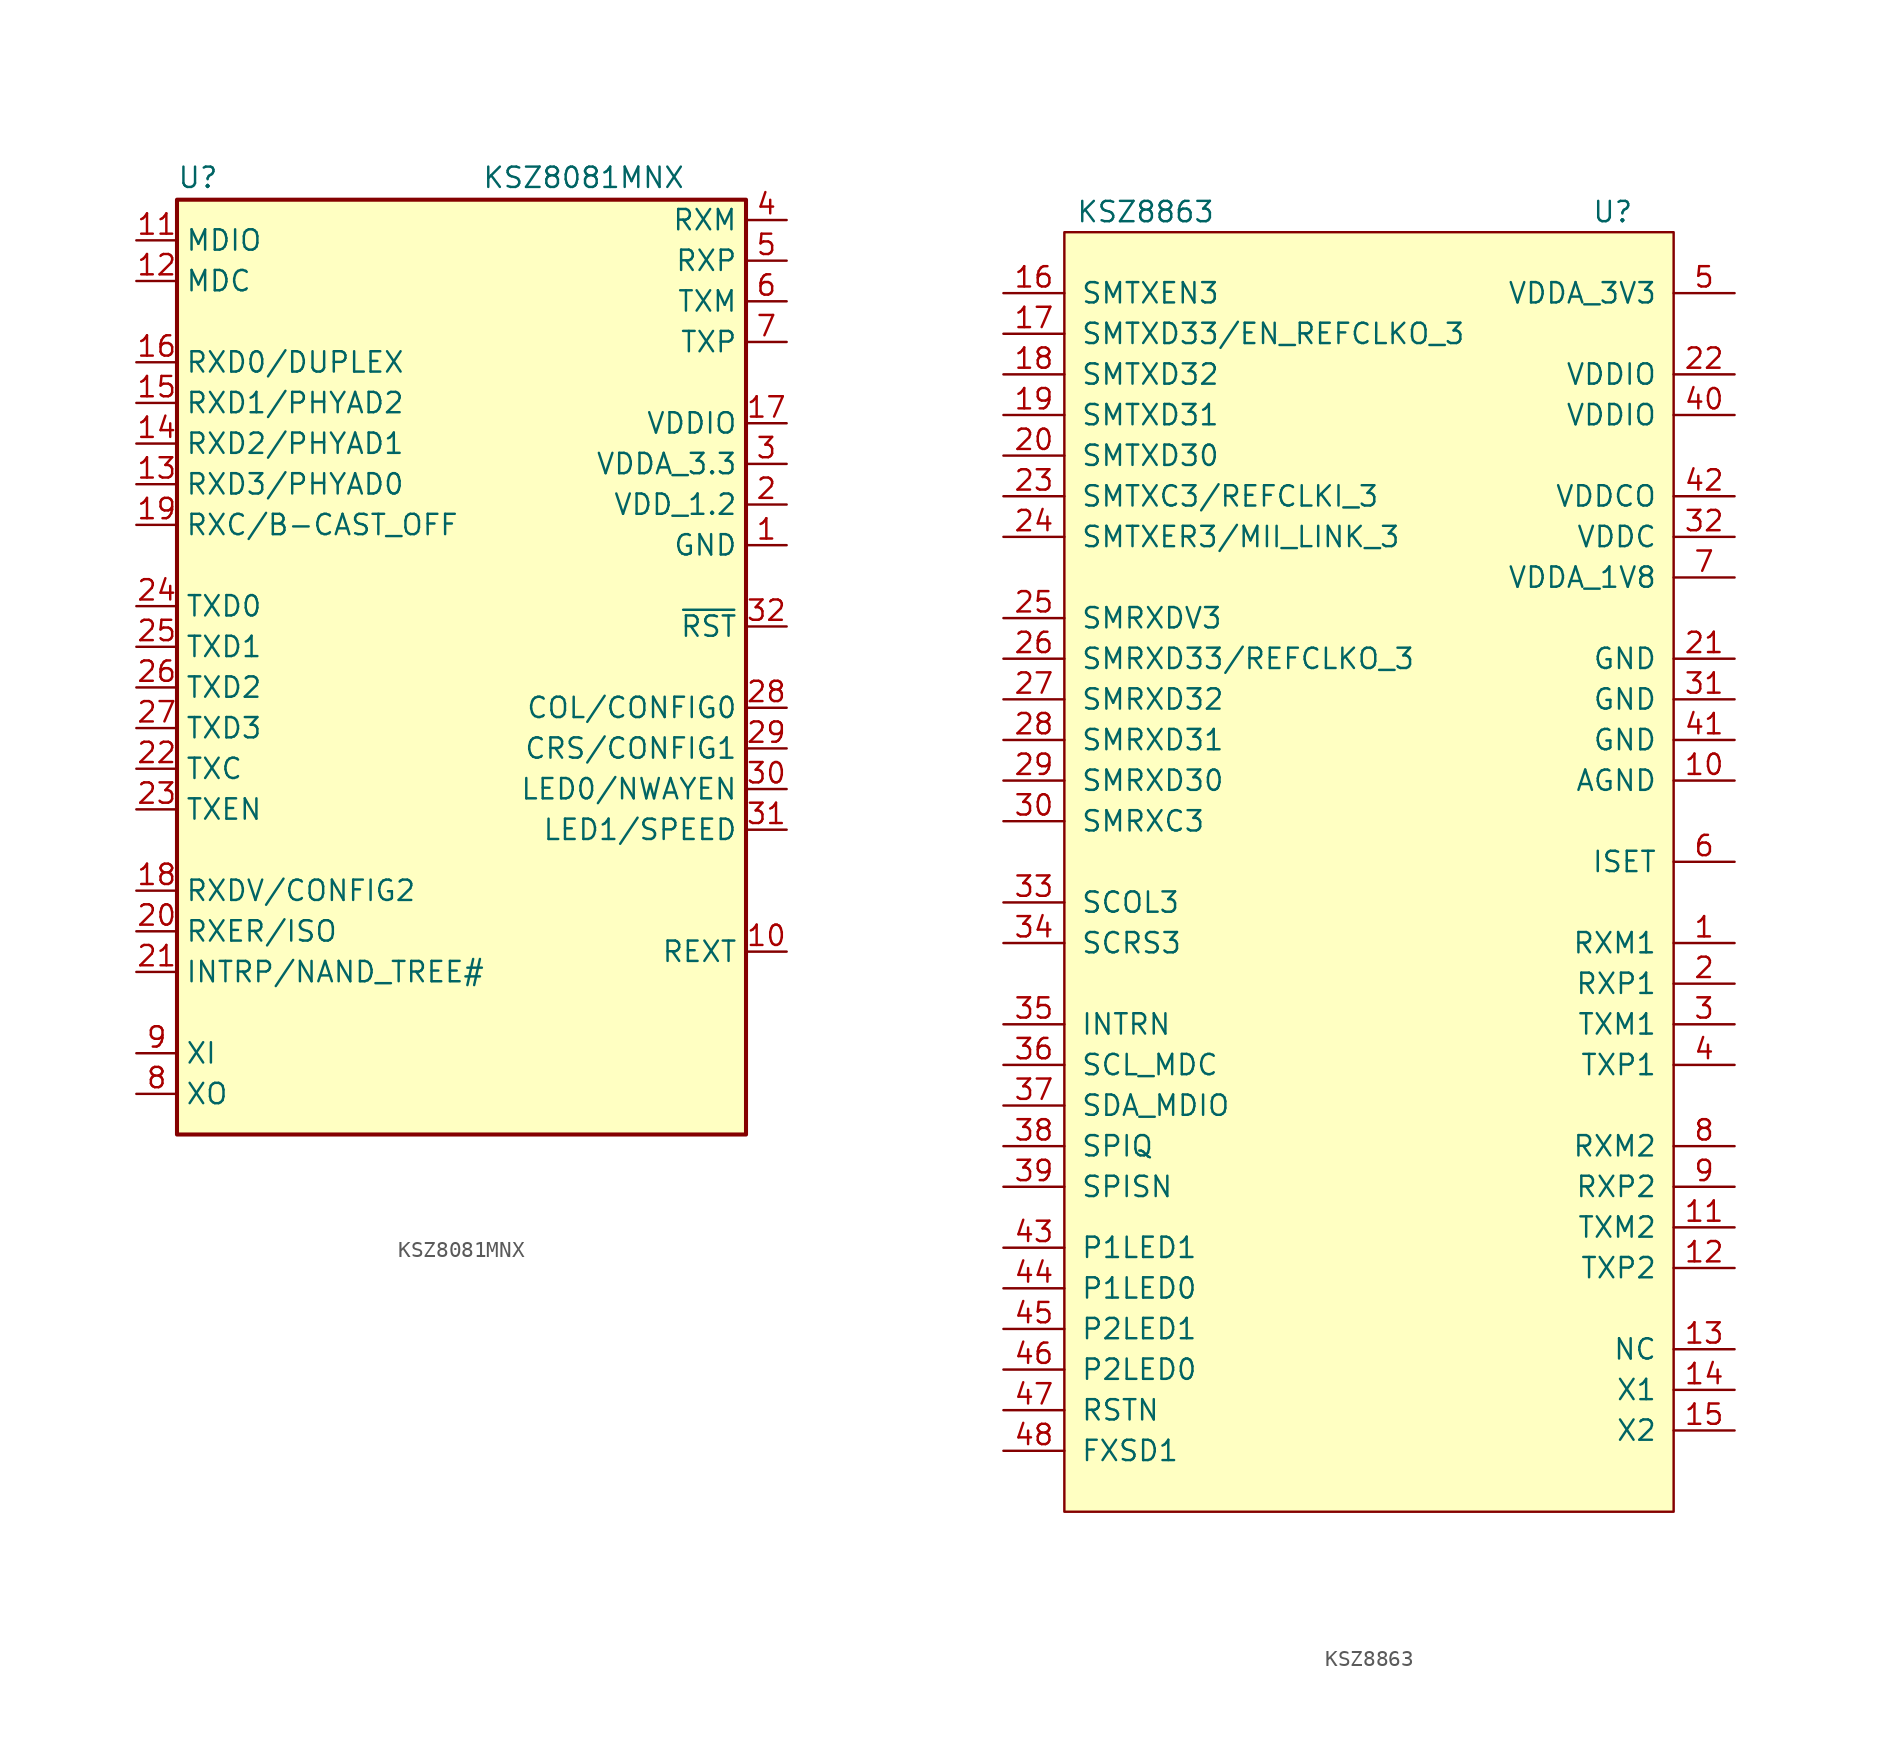
<source format=kicad_sym>
(kicad_symbol_lib
  (version 20211014)
  (generator kicad_symbol_editor)
  (symbol "KSZ8081MNX"
    (property "Reference" "U"
      (at 0 0.635 0)
      (effects (font (size 1.27 1.27)) (justify left bottom)))
    (property "Value" "KSZ8081MNX"
      (at 19.05 0.635 0)
      (effects (font (size 1.27 1.27)) (justify left bottom)))
    (symbol "KSZ8081MNX_0_1"
      (rectangle (start 0 0) (end 35.56 -58.42) (stroke (width 0.254) (type default) (color 0 0 0 0)) (fill (type background))))
    (symbol "KSZ8081MNX_1_1"
      (pin power_in line (at 38.1 -21.59 180) (length 2.54) (name "GND" (effects (font (size 1.27 1.27)))) (number "1" (effects (font (size 1.27 1.27)))))
      (pin passive line (at 38.1 -46.99 180) (length 2.54) (name "REXT" (effects (font (size 1.27 1.27)))) (number "10" (effects (font (size 1.27 1.27)))))
      (pin bidirectional line (at -2.54 -2.54 0) (length 2.54) (name "MDIO" (effects (font (size 1.27 1.27)))) (number "11" (effects (font (size 1.27 1.27)))))
      (pin input line (at -2.54 -5.08 0) (length 2.54) (name "MDC" (effects (font (size 1.27 1.27)))) (number "12" (effects (font (size 1.27 1.27)))))
      (pin output line (at -2.54 -17.78 0) (length 2.54) (name "RXD3/PHYAD0" (effects (font (size 1.27 1.27)))) (number "13" (effects (font (size 1.27 1.27)))))
      (pin output line (at -2.54 -15.24 0) (length 2.54) (name "RXD2/PHYAD1" (effects (font (size 1.27 1.27)))) (number "14" (effects (font (size 1.27 1.27)))))
      (pin output line (at -2.54 -12.7 0) (length 2.54) (name "RXD1/PHYAD2" (effects (font (size 1.27 1.27)))) (number "15" (effects (font (size 1.27 1.27)))))
      (pin output line (at -2.54 -10.16 0) (length 2.54) (name "RXD0/DUPLEX" (effects (font (size 1.27 1.27)))) (number "16" (effects (font (size 1.27 1.27)))))
      (pin power_in line (at 38.1 -13.97 180) (length 2.54) (name "VDDIO" (effects (font (size 1.27 1.27)))) (number "17" (effects (font (size 1.27 1.27)))))
      (pin output line (at -2.54 -43.18 0) (length 2.54) (name "RXDV/CONFIG2" (effects (font (size 1.27 1.27)))) (number "18" (effects (font (size 1.27 1.27)))))
      (pin output line (at -2.54 -20.32 0) (length 2.54) (name "RXC/B-CAST_OFF" (effects (font (size 1.27 1.27)))) (number "19" (effects (font (size 1.27 1.27)))))
      (pin passive line (at 38.1 -19.05 180) (length 2.54) (name "VDD_1.2" (effects (font (size 1.27 1.27)))) (number "2" (effects (font (size 1.27 1.27)))))
      (pin output line (at -2.54 -45.72 0) (length 2.54) (name "RXER/ISO" (effects (font (size 1.27 1.27)))) (number "20" (effects (font (size 1.27 1.27)))))
      (pin bidirectional line (at -2.54 -48.26 0) (length 2.54) (name "INTRP/NAND_TREE#" (effects (font (size 1.27 1.27)))) (number "21" (effects (font (size 1.27 1.27)))))
      (pin bidirectional line (at -2.54 -35.56 0) (length 2.54) (name "TXC" (effects (font (size 1.27 1.27)))) (number "22" (effects (font (size 1.27 1.27)))))
      (pin input line (at -2.54 -38.1 0) (length 2.54) (name "TXEN" (effects (font (size 1.27 1.27)))) (number "23" (effects (font (size 1.27 1.27)))))
      (pin input line (at -2.54 -25.4 0) (length 2.54) (name "TXD0" (effects (font (size 1.27 1.27)))) (number "24" (effects (font (size 1.27 1.27)))))
      (pin input line (at -2.54 -27.94 0) (length 2.54) (name "TXD1" (effects (font (size 1.27 1.27)))) (number "25" (effects (font (size 1.27 1.27)))))
      (pin input line (at -2.54 -30.48 0) (length 2.54) (name "TXD2" (effects (font (size 1.27 1.27)))) (number "26" (effects (font (size 1.27 1.27)))))
      (pin input line (at -2.54 -33.02 0) (length 2.54) (name "TXD3" (effects (font (size 1.27 1.27)))) (number "27" (effects (font (size 1.27 1.27)))))
      (pin passive line (at 38.1 -31.75 180) (length 2.54) (name "COL/CONFIG0" (effects (font (size 1.27 1.27)))) (number "28" (effects (font (size 1.27 1.27)))))
      (pin passive line (at 38.1 -34.29 180) (length 2.54) (name "CRS/CONFIG1" (effects (font (size 1.27 1.27)))) (number "29" (effects (font (size 1.27 1.27)))))
      (pin power_in line (at 38.1 -16.51 180) (length 2.54) (name "VDDA_3.3" (effects (font (size 1.27 1.27)))) (number "3" (effects (font (size 1.27 1.27)))))
      (pin output line (at 38.1 -36.83 180) (length 2.54) (name "LED0/NWAYEN" (effects (font (size 1.27 1.27)))) (number "30" (effects (font (size 1.27 1.27)))))
      (pin output line (at 38.1 -39.37 180) (length 2.54) (name "LED1/SPEED" (effects (font (size 1.27 1.27)))) (number "31" (effects (font (size 1.27 1.27)))))
      (pin input line (at 38.1 -26.67 180) (length 2.54) (name "~{RST}" (effects (font (size 1.27 1.27)))) (number "32" (effects (font (size 1.27 1.27)))))
      (pin passive line (at 38.1 -21.59 180) (length 2.54) hide (name "GND" (effects (font (size 1.27 1.27)))) (number "33" (effects (font (size 1.27 1.27)))))
      (pin bidirectional line (at 38.1 -1.27 180) (length 2.54) (name "RXM" (effects (font (size 1.27 1.27)))) (number "4" (effects (font (size 1.27 1.27)))))
      (pin bidirectional line (at 38.1 -3.81 180) (length 2.54) (name "RXP" (effects (font (size 1.27 1.27)))) (number "5" (effects (font (size 1.27 1.27)))))
      (pin bidirectional line (at 38.1 -6.35 180) (length 2.54) (name "TXM" (effects (font (size 1.27 1.27)))) (number "6" (effects (font (size 1.27 1.27)))))
      (pin bidirectional line (at 38.1 -8.89 180) (length 2.54) (name "TXP" (effects (font (size 1.27 1.27)))) (number "7" (effects (font (size 1.27 1.27)))))
      (pin output line (at -2.54 -55.88 0) (length 2.54) (name "XO" (effects (font (size 1.27 1.27)))) (number "8" (effects (font (size 1.27 1.27)))))
      (pin input line (at -2.54 -53.34 0) (length 2.54) (name "XI" (effects (font (size 1.27 1.27)))) (number "9" (effects (font (size 1.27 1.27)))))))
  (symbol "KSZ8863"
    (pin_names
      (offset 1.016))
    (property "Reference" "U"
      (at 34.29 1.27 0)
      (effects (font (size 1.27 1.27))))
    (property "Value" "KSZ8863"
      (at 5.08 1.27 0)
      (effects (font (size 1.27 1.27))))
    (symbol "KSZ8863_0_1"
      (rectangle (start 0 0) (end 38.1 -80.01) (stroke (width 0) (type default) (color 0 0 0 0)) (fill (type background))))
    (symbol "KSZ8863_1_1"
      (pin bidirectional line (at 41.91 -44.45 180) (length 3.81) (name "RXM1" (effects (font (size 1.27 1.27)))) (number "1" (effects (font (size 1.27 1.27)))))
      (pin power_in line (at 41.91 -34.29 180) (length 3.81) (name "AGND" (effects (font (size 1.27 1.27)))) (number "10" (effects (font (size 1.27 1.27)))))
      (pin bidirectional line (at 41.91 -62.23 180) (length 3.81) (name "TXM2" (effects (font (size 1.27 1.27)))) (number "11" (effects (font (size 1.27 1.27)))))
      (pin bidirectional line (at 41.91 -64.77 180) (length 3.81) (name "TXP2" (effects (font (size 1.27 1.27)))) (number "12" (effects (font (size 1.27 1.27)))))
      (pin passive line (at 41.91 -69.85 180) (length 3.81) (name "NC" (effects (font (size 1.27 1.27)))) (number "13" (effects (font (size 1.27 1.27)))))
      (pin passive line (at 41.91 -72.39 180) (length 3.81) (name "X1" (effects (font (size 1.27 1.27)))) (number "14" (effects (font (size 1.27 1.27)))))
      (pin passive line (at 41.91 -74.93 180) (length 3.81) (name "X2" (effects (font (size 1.27 1.27)))) (number "15" (effects (font (size 1.27 1.27)))))
      (pin passive line (at -3.81 -3.81 0) (length 3.81) (name "SMTXEN3" (effects (font (size 1.27 1.27)))) (number "16" (effects (font (size 1.27 1.27)))))
      (pin passive line (at -3.81 -6.35 0) (length 3.81) (name "SMTXD33/EN_REFCLKO_3" (effects (font (size 1.27 1.27)))) (number "17" (effects (font (size 1.27 1.27)))))
      (pin passive line (at -3.81 -8.89 0) (length 3.81) (name "SMTXD32" (effects (font (size 1.27 1.27)))) (number "18" (effects (font (size 1.27 1.27)))))
      (pin passive line (at -3.81 -11.43 0) (length 3.81) (name "SMTXD31" (effects (font (size 1.27 1.27)))) (number "19" (effects (font (size 1.27 1.27)))))
      (pin bidirectional line (at 41.91 -46.99 180) (length 3.81) (name "RXP1" (effects (font (size 1.27 1.27)))) (number "2" (effects (font (size 1.27 1.27)))))
      (pin passive line (at -3.81 -13.97 0) (length 3.81) (name "SMTXD30" (effects (font (size 1.27 1.27)))) (number "20" (effects (font (size 1.27 1.27)))))
      (pin power_in line (at 41.91 -26.67 180) (length 3.81) (name "GND" (effects (font (size 1.27 1.27)))) (number "21" (effects (font (size 1.27 1.27)))))
      (pin power_in line (at 41.91 -8.89 180) (length 3.81) (name "VDDIO" (effects (font (size 1.27 1.27)))) (number "22" (effects (font (size 1.27 1.27)))))
      (pin bidirectional line (at -3.81 -16.51 0) (length 3.81) (name "SMTXC3/REFCLKI_3" (effects (font (size 1.27 1.27)))) (number "23" (effects (font (size 1.27 1.27)))))
      (pin bidirectional line (at -3.81 -19.05 0) (length 3.81) (name "SMTXER3/MII_LINK_3" (effects (font (size 1.27 1.27)))) (number "24" (effects (font (size 1.27 1.27)))))
      (pin bidirectional line (at -3.81 -24.13 0) (length 3.81) (name "SMRXDV3" (effects (font (size 1.27 1.27)))) (number "25" (effects (font (size 1.27 1.27)))))
      (pin bidirectional line (at -3.81 -26.67 0) (length 3.81) (name "SMRXD33/REFCLKO_3" (effects (font (size 1.27 1.27)))) (number "26" (effects (font (size 1.27 1.27)))))
      (pin bidirectional line (at -3.81 -29.21 0) (length 3.81) (name "SMRXD32" (effects (font (size 1.27 1.27)))) (number "27" (effects (font (size 1.27 1.27)))))
      (pin bidirectional line (at -3.81 -31.75 0) (length 3.81) (name "SMRXD31" (effects (font (size 1.27 1.27)))) (number "28" (effects (font (size 1.27 1.27)))))
      (pin bidirectional line (at -3.81 -34.29 0) (length 3.81) (name "SMRXD30" (effects (font (size 1.27 1.27)))) (number "29" (effects (font (size 1.27 1.27)))))
      (pin bidirectional line (at 41.91 -49.53 180) (length 3.81) (name "TXM1" (effects (font (size 1.27 1.27)))) (number "3" (effects (font (size 1.27 1.27)))))
      (pin bidirectional line (at -3.81 -36.83 0) (length 3.81) (name "SMRXC3" (effects (font (size 1.27 1.27)))) (number "30" (effects (font (size 1.27 1.27)))))
      (pin power_in line (at 41.91 -29.21 180) (length 3.81) (name "GND" (effects (font (size 1.27 1.27)))) (number "31" (effects (font (size 1.27 1.27)))))
      (pin power_in line (at 41.91 -19.05 180) (length 3.81) (name "VDDC" (effects (font (size 1.27 1.27)))) (number "32" (effects (font (size 1.27 1.27)))))
      (pin bidirectional line (at -3.81 -41.91 0) (length 3.81) (name "SCOL3" (effects (font (size 1.27 1.27)))) (number "33" (effects (font (size 1.27 1.27)))))
      (pin bidirectional line (at -3.81 -44.45 0) (length 3.81) (name "SCRS3" (effects (font (size 1.27 1.27)))) (number "34" (effects (font (size 1.27 1.27)))))
      (pin output line (at -3.81 -49.53 0) (length 3.81) (name "INTRN" (effects (font (size 1.27 1.27)))) (number "35" (effects (font (size 1.27 1.27)))))
      (pin bidirectional line (at -3.81 -52.07 0) (length 3.81) (name "SCL_MDC" (effects (font (size 1.27 1.27)))) (number "36" (effects (font (size 1.27 1.27)))))
      (pin bidirectional line (at -3.81 -54.61 0) (length 3.81) (name "SDA_MDIO" (effects (font (size 1.27 1.27)))) (number "37" (effects (font (size 1.27 1.27)))))
      (pin bidirectional line (at -3.81 -57.15 0) (length 3.81) (name "SPIQ" (effects (font (size 1.27 1.27)))) (number "38" (effects (font (size 1.27 1.27)))))
      (pin passive line (at -3.81 -59.69 0) (length 3.81) (name "SPISN" (effects (font (size 1.27 1.27)))) (number "39" (effects (font (size 1.27 1.27)))))
      (pin bidirectional line (at 41.91 -52.07 180) (length 3.81) (name "TXP1" (effects (font (size 1.27 1.27)))) (number "4" (effects (font (size 1.27 1.27)))))
      (pin power_in line (at 41.91 -11.43 180) (length 3.81) (name "VDDIO" (effects (font (size 1.27 1.27)))) (number "40" (effects (font (size 1.27 1.27)))))
      (pin power_in line (at 41.91 -31.75 180) (length 3.81) (name "GND" (effects (font (size 1.27 1.27)))) (number "41" (effects (font (size 1.27 1.27)))))
      (pin power_out line (at 41.91 -16.51 180) (length 3.81) (name "VDDCO" (effects (font (size 1.27 1.27)))) (number "42" (effects (font (size 1.27 1.27)))))
      (pin bidirectional line (at -3.81 -63.5 0) (length 3.81) (name "P1LED1" (effects (font (size 1.27 1.27)))) (number "43" (effects (font (size 1.27 1.27)))))
      (pin bidirectional line (at -3.81 -66.04 0) (length 3.81) (name "P1LED0" (effects (font (size 1.27 1.27)))) (number "44" (effects (font (size 1.27 1.27)))))
      (pin bidirectional line (at -3.81 -68.58 0) (length 3.81) (name "P2LED1" (effects (font (size 1.27 1.27)))) (number "45" (effects (font (size 1.27 1.27)))))
      (pin bidirectional line (at -3.81 -71.12 0) (length 3.81) (name "P2LED0" (effects (font (size 1.27 1.27)))) (number "46" (effects (font (size 1.27 1.27)))))
      (pin passive line (at -3.81 -73.66 0) (length 3.81) (name "RSTN" (effects (font (size 1.27 1.27)))) (number "47" (effects (font (size 1.27 1.27)))))
      (pin passive line (at -3.81 -76.2 0) (length 3.81) (name "FXSD1" (effects (font (size 1.27 1.27)))) (number "48" (effects (font (size 1.27 1.27)))))
      (pin power_in line (at 41.91 -3.81 180) (length 3.81) (name "VDDA_3V3" (effects (font (size 1.27 1.27)))) (number "5" (effects (font (size 1.27 1.27)))))
      (pin output line (at 41.91 -39.37 180) (length 3.81) (name "ISET" (effects (font (size 1.27 1.27)))) (number "6" (effects (font (size 1.27 1.27)))))
      (pin power_in line (at 41.91 -21.59 180) (length 3.81) (name "VDDA_1V8" (effects (font (size 1.27 1.27)))) (number "7" (effects (font (size 1.27 1.27)))))
      (pin bidirectional line (at 41.91 -57.15 180) (length 3.81) (name "RXM2" (effects (font (size 1.27 1.27)))) (number "8" (effects (font (size 1.27 1.27)))))
      (pin bidirectional line (at 41.91 -59.69 180) (length 3.81) (name "RXP2" (effects (font (size 1.27 1.27)))) (number "9" (effects (font (size 1.27 1.27))))))))
</source>
